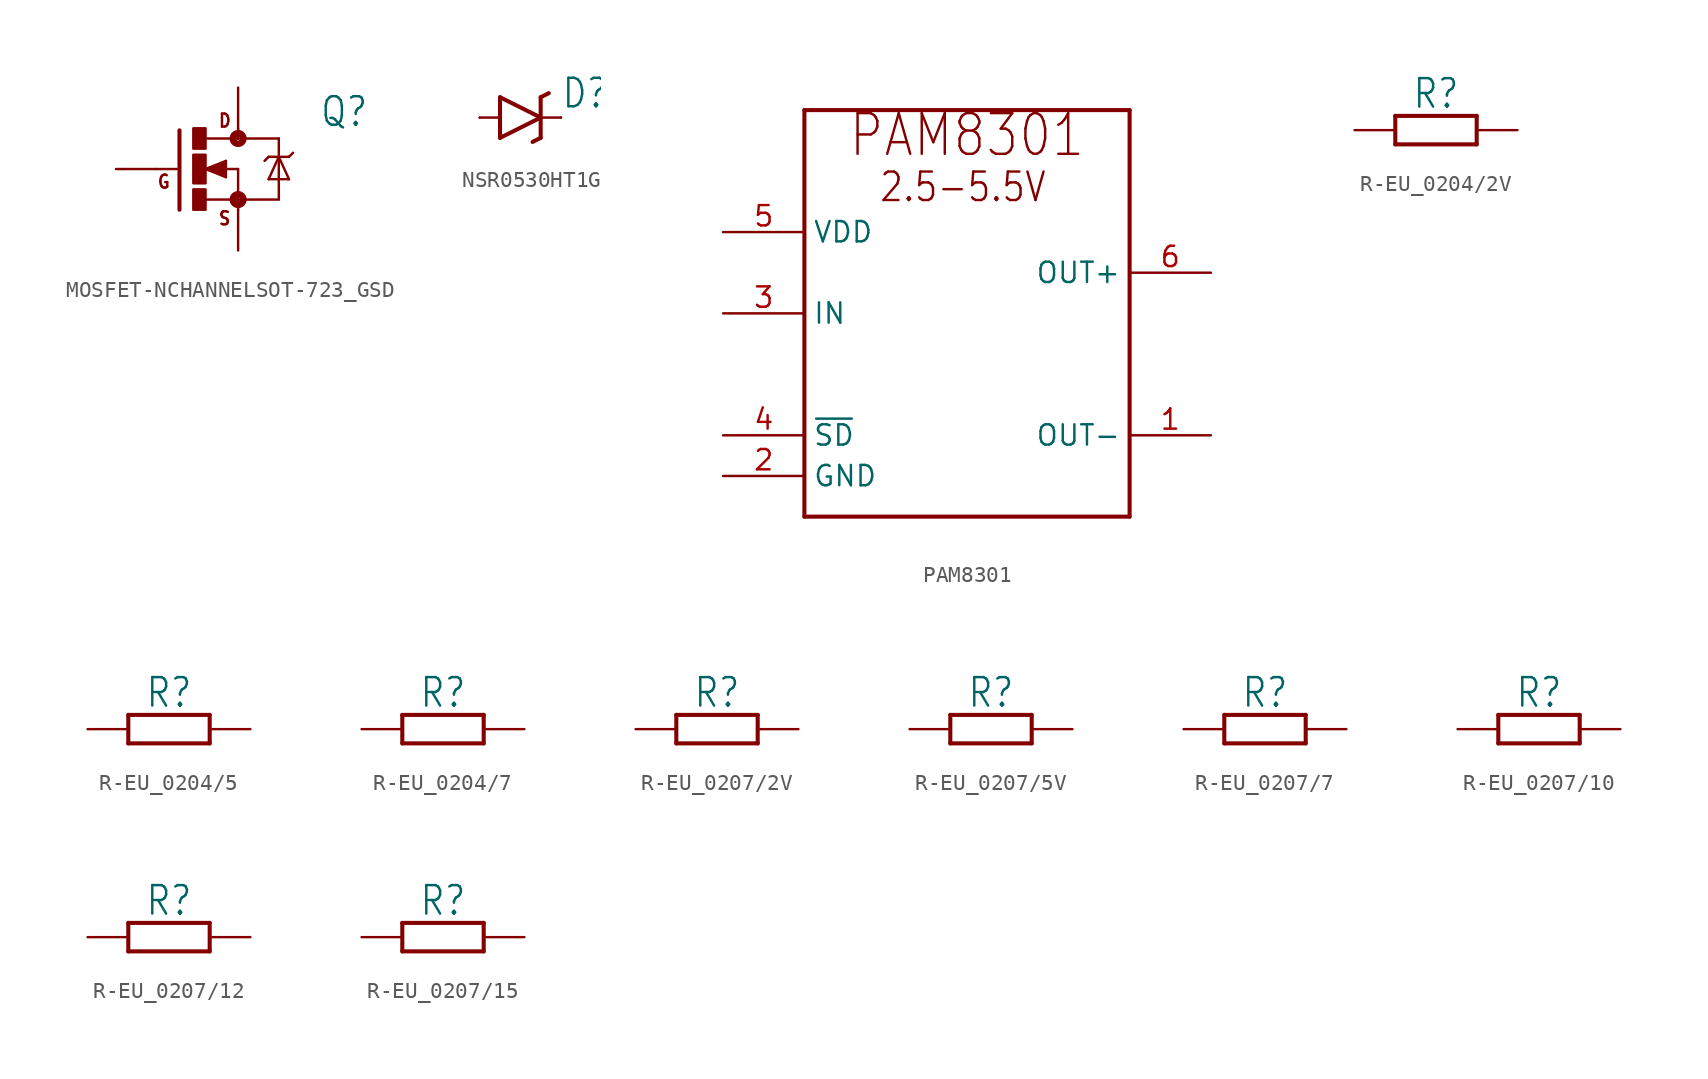
<source format=kicad_sym>
(kicad_symbol_lib
  (version 20220914)
  (generator kicad_symbol_editor)
  (symbol "MOSFET-NCHANNELSOT-723_GSD"
    (property "Reference" "Q"
      (at 5.08 2.54 0)
      (effects (font (size 1.778 1.511)) (justify left bottom)))
    (property "Value" ""
      (at 5.08 0 0)
      (effects (font (size 1.778 1.511)) (justify left bottom)))
    (property "ki_locked" ""
      (at 0 0 0)
      (effects (font (size 1.27 1.27))))
    (symbol "MOSFET-NCHANNELSOT-723_GSD_1_0"
      (rectangle (start -2.794 -2.54) (end -2.032 -1.27) (stroke (width 0) (type default)) (fill (type outline)))
      (rectangle (start -2.794 -0.889) (end -2.032 0.889) (stroke (width 0) (type default)) (fill (type outline)))
      (rectangle (start -2.794 1.27) (end -2.032 2.54) (stroke (width 0) (type default)) (fill (type outline)))
      (circle (center 0 -1.905) (radius 0.127) (stroke (width 0.406) (type solid)) (fill (type none)))
      (polyline (pts (xy -3.81 0) (xy -5.08 0)) (stroke (width 0.152) (type solid)) (fill (type none)))
      (polyline (pts (xy -3.658 2.413) (xy -3.658 -2.54)) (stroke (width 0.254) (type solid)) (fill (type none)))
      (polyline (pts (xy -2.032 -1.905) (xy 0 -1.905)) (stroke (width 0.152) (type solid)) (fill (type none)))
      (polyline (pts (xy -2.032 0) (xy -0.762 -0.508)) (stroke (width 0.152) (type solid)) (fill (type none)))
      (polyline (pts (xy -1.778 0) (xy -0.889 -0.254)) (stroke (width 0.305) (type solid)) (fill (type none)))
      (polyline (pts (xy -0.889 -0.254) (xy -0.889 0)) (stroke (width 0.305) (type solid)) (fill (type none)))
      (polyline (pts (xy -0.889 0) (xy -1.143 0)) (stroke (width 0.305) (type solid)) (fill (type none)))
      (polyline (pts (xy -0.889 0) (xy 0 0)) (stroke (width 0.152) (type solid)) (fill (type none)))
      (polyline (pts (xy -0.889 0.254) (xy -1.778 0)) (stroke (width 0.305) (type solid)) (fill (type none)))
      (polyline (pts (xy -0.762 -0.508) (xy -0.762 0.508)) (stroke (width 0.152) (type solid)) (fill (type none)))
      (polyline (pts (xy -0.762 0.508) (xy -2.032 0)) (stroke (width 0.152) (type solid)) (fill (type none)))
      (polyline (pts (xy 0 -1.905) (xy 0 -2.54)) (stroke (width 0.152) (type solid)) (fill (type none)))
      (polyline (pts (xy 0 0) (xy 0 -1.905)) (stroke (width 0.152) (type solid)) (fill (type none)))
      (polyline (pts (xy 0 1.905) (xy -2.007 1.905)) (stroke (width 0.152) (type solid)) (fill (type none)))
      (polyline (pts (xy 0 1.905) (xy 2.54 1.905)) (stroke (width 0.152) (type solid)) (fill (type none)))
      (polyline (pts (xy 0 2.54) (xy 0 1.905)) (stroke (width 0.152) (type solid)) (fill (type none)))
      (polyline (pts (xy 1.905 -0.635) (xy 3.175 -0.635)) (stroke (width 0.152) (type solid)) (fill (type none)))
      (polyline (pts (xy 1.905 0.762) (xy 1.651 0.508)) (stroke (width 0.152) (type solid)) (fill (type none)))
      (polyline (pts (xy 1.905 0.762) (xy 2.54 0.762)) (stroke (width 0.152) (type solid)) (fill (type none)))
      (polyline (pts (xy 2.54 -1.905) (xy 0 -1.905)) (stroke (width 0.152) (type solid)) (fill (type none)))
      (polyline (pts (xy 2.54 0.762) (xy 1.905 -0.635)) (stroke (width 0.152) (type solid)) (fill (type none)))
      (polyline (pts (xy 2.54 0.762) (xy 2.54 -1.905)) (stroke (width 0.152) (type solid)) (fill (type none)))
      (polyline (pts (xy 2.54 0.762) (xy 3.175 0.762)) (stroke (width 0.152) (type solid)) (fill (type none)))
      (polyline (pts (xy 2.54 1.905) (xy 2.54 0.762)) (stroke (width 0.152) (type solid)) (fill (type none)))
      (polyline (pts (xy 3.175 -0.635) (xy 2.54 0.762)) (stroke (width 0.152) (type solid)) (fill (type none)))
      (polyline (pts (xy 3.175 0.762) (xy 3.429 1.016)) (stroke (width 0.152) (type solid)) (fill (type none)))
      (circle (center 0 1.905) (radius 0.127) (stroke (width 0.406) (type solid)) (fill (type none)))
      (text "D" (at -1.27 2.54 0) (effects (font (size 0.813 0.691)) (justify left bottom)))
      (text "G" (at -5.08 -1.27 0) (effects (font (size 0.813 0.691)) (justify left bottom)))
      (text "S" (at -1.27 -3.556 0) (effects (font (size 0.813 0.691)) (justify left bottom)))
      (pin passive line (at -7.62 0 0) (length 2.54) (name "G" (effects (font (size 0 0)))) (number "1" (effects (font (size 0 0)))))
      (pin passive line (at 0 -5.08 90) (length 2.54) (name "S" (effects (font (size 0 0)))) (number "2" (effects (font (size 0 0)))))
      (pin passive line (at 0 5.08 270) (length 2.54) (name "D" (effects (font (size 0 0)))) (number "3" (effects (font (size 0 0)))))))
  (symbol "NSR0530HT1G"
    (property "Reference" "D"
      (at 2.54 0.483 0)
      (effects (font (size 1.778 1.511)) (justify left bottom)))
    (property "Value" ""
      (at 2.54 -2.311 0)
      (effects (font (size 1.778 1.511)) (justify left bottom)))
    (property "ki_locked" ""
      (at 0 0 0)
      (effects (font (size 1.27 1.27))))
    (symbol "NSR0530HT1G_1_0"
      (polyline (pts (xy -2.54 0) (xy -1.27 0)) (stroke (width 0.152) (type solid)) (fill (type none)))
      (polyline (pts (xy -1.27 -1.27) (xy 1.27 0)) (stroke (width 0.254) (type solid)) (fill (type none)))
      (polyline (pts (xy -1.27 0) (xy -1.27 -1.27)) (stroke (width 0.254) (type solid)) (fill (type none)))
      (polyline (pts (xy -1.27 1.27) (xy -1.27 0)) (stroke (width 0.254) (type solid)) (fill (type none)))
      (polyline (pts (xy 1.27 -1.27) (xy 0.762 -1.524)) (stroke (width 0.254) (type solid)) (fill (type none)))
      (polyline (pts (xy 1.27 0) (xy -1.27 1.27)) (stroke (width 0.254) (type solid)) (fill (type none)))
      (polyline (pts (xy 1.27 0) (xy 1.27 -1.27)) (stroke (width 0.254) (type solid)) (fill (type none)))
      (polyline (pts (xy 1.27 1.27) (xy 1.27 0)) (stroke (width 0.254) (type solid)) (fill (type none)))
      (polyline (pts (xy 1.27 1.27) (xy 1.778 1.524)) (stroke (width 0.254) (type solid)) (fill (type none)))
      (polyline (pts (xy 2.54 0) (xy 1.27 0)) (stroke (width 0.152) (type solid)) (fill (type none)))
      (pin passive line (at -2.54 0 0) (length 0) (name "A" (effects (font (size 0 0)))) (number "A" (effects (font (size 0 0)))))
      (pin passive line (at 2.54 0 180) (length 0) (name "C" (effects (font (size 0 0)))) (number "C" (effects (font (size 0 0)))))))
  (symbol "PAM8301"
    (property "Reference" "U"
      (at 0 0 0)
      (effects (font (size 1.27 1.27)) hide))
    (property "ki_locked" ""
      (at 0 0 0)
      (effects (font (size 1.27 1.27))))
    (symbol "PAM8301_1_0"
      (polyline (pts (xy -10.16 -10.16) (xy 10.16 -10.16)) (stroke (width 0.254) (type solid)) (fill (type none)))
      (polyline (pts (xy -10.16 15.24) (xy -10.16 -10.16)) (stroke (width 0.254) (type solid)) (fill (type none)))
      (polyline (pts (xy 10.16 -10.16) (xy 10.16 15.24)) (stroke (width 0.254) (type solid)) (fill (type none)))
      (polyline (pts (xy 10.16 15.24) (xy -10.16 15.24)) (stroke (width 0.254) (type solid)) (fill (type none)))
      (text "2.5-5.5V" (at -0.254 9.398 0) (effects (font (size 1.778 1.511)) (justify bottom)))
      (text "PAM8301" (at 0 12.192 0) (effects (font (size 2.54 2.159)) (justify bottom)))
      (pin bidirectional line (at 15.24 -5.08 180) (length 5.08) (name "OUT-" (effects (font (size 1.27 1.27)))) (number "1" (effects (font (size 1.27 1.27)))))
      (pin bidirectional line (at -15.24 -7.62 0) (length 5.08) (name "GND" (effects (font (size 1.27 1.27)))) (number "2" (effects (font (size 1.27 1.27)))))
      (pin bidirectional line (at -15.24 2.54 0) (length 5.08) (name "IN" (effects (font (size 1.27 1.27)))) (number "3" (effects (font (size 1.27 1.27)))))
      (pin bidirectional line (at -15.24 -5.08 0) (length 5.08) (name "~{SD}" (effects (font (size 1.27 1.27)))) (number "4" (effects (font (size 1.27 1.27)))))
      (pin bidirectional line (at -15.24 7.62 0) (length 5.08) (name "VDD" (effects (font (size 1.27 1.27)))) (number "5" (effects (font (size 1.27 1.27)))))
      (pin bidirectional line (at 15.24 5.08 180) (length 5.08) (name "OUT+" (effects (font (size 1.27 1.27)))) (number "6" (effects (font (size 1.27 1.27)))))))
  (symbol "R-EU_0204/2V"
    (property "Reference" "R"
      (at 0 1.245 0)
      (effects (font (size 1.778 1.511)) (justify bottom)))
    (property "Value" ""
      (at 0 -1.27 0)
      (effects (font (size 1.778 1.511)) (justify top)))
    (property "ki_locked" ""
      (at 0 0 0)
      (effects (font (size 1.27 1.27))))
    (symbol "R-EU_0204/2V_1_0"
      (polyline (pts (xy -2.54 -0.889) (xy -2.54 0.889)) (stroke (width 0.254) (type solid)) (fill (type none)))
      (polyline (pts (xy -2.54 -0.889) (xy 2.54 -0.889)) (stroke (width 0.254) (type solid)) (fill (type none)))
      (polyline (pts (xy 2.54 -0.889) (xy 2.54 0.889)) (stroke (width 0.254) (type solid)) (fill (type none)))
      (polyline (pts (xy 2.54 0.889) (xy -2.54 0.889)) (stroke (width 0.254) (type solid)) (fill (type none)))
      (pin passive line (at -5.08 0 0) (length 2.54) (name "1" (effects (font (size 0 0)))) (number "1" (effects (font (size 0 0)))))
      (pin passive line (at 5.08 0 180) (length 2.54) (name "2" (effects (font (size 0 0)))) (number "2" (effects (font (size 0 0)))))))
  (symbol "R-EU_0204/5"
    (property "Reference" "R"
      (at 0 1.245 0)
      (effects (font (size 1.778 1.511)) (justify bottom)))
    (property "Value" ""
      (at 0 -1.27 0)
      (effects (font (size 1.778 1.511)) (justify top)))
    (property "ki_locked" ""
      (at 0 0 0)
      (effects (font (size 1.27 1.27))))
    (symbol "R-EU_0204/5_1_0"
      (polyline (pts (xy -2.54 -0.889) (xy -2.54 0.889)) (stroke (width 0.254) (type solid)) (fill (type none)))
      (polyline (pts (xy -2.54 -0.889) (xy 2.54 -0.889)) (stroke (width 0.254) (type solid)) (fill (type none)))
      (polyline (pts (xy 2.54 -0.889) (xy 2.54 0.889)) (stroke (width 0.254) (type solid)) (fill (type none)))
      (polyline (pts (xy 2.54 0.889) (xy -2.54 0.889)) (stroke (width 0.254) (type solid)) (fill (type none)))
      (pin passive line (at -5.08 0 0) (length 2.54) (name "1" (effects (font (size 0 0)))) (number "1" (effects (font (size 0 0)))))
      (pin passive line (at 5.08 0 180) (length 2.54) (name "2" (effects (font (size 0 0)))) (number "2" (effects (font (size 0 0)))))))
  (symbol "R-EU_0204/7"
    (property "Reference" "R"
      (at 0 1.245 0)
      (effects (font (size 1.778 1.511)) (justify bottom)))
    (property "Value" ""
      (at 0 -1.27 0)
      (effects (font (size 1.778 1.511)) (justify top)))
    (property "ki_locked" ""
      (at 0 0 0)
      (effects (font (size 1.27 1.27))))
    (symbol "R-EU_0204/7_1_0"
      (polyline (pts (xy -2.54 -0.889) (xy -2.54 0.889)) (stroke (width 0.254) (type solid)) (fill (type none)))
      (polyline (pts (xy -2.54 -0.889) (xy 2.54 -0.889)) (stroke (width 0.254) (type solid)) (fill (type none)))
      (polyline (pts (xy 2.54 -0.889) (xy 2.54 0.889)) (stroke (width 0.254) (type solid)) (fill (type none)))
      (polyline (pts (xy 2.54 0.889) (xy -2.54 0.889)) (stroke (width 0.254) (type solid)) (fill (type none)))
      (pin passive line (at -5.08 0 0) (length 2.54) (name "1" (effects (font (size 0 0)))) (number "1" (effects (font (size 0 0)))))
      (pin passive line (at 5.08 0 180) (length 2.54) (name "2" (effects (font (size 0 0)))) (number "2" (effects (font (size 0 0)))))))
  (symbol "R-EU_0207/2V"
    (property "Reference" "R"
      (at 0 1.245 0)
      (effects (font (size 1.778 1.511)) (justify bottom)))
    (property "Value" ""
      (at 0 -1.27 0)
      (effects (font (size 1.778 1.511)) (justify top)))
    (property "ki_locked" ""
      (at 0 0 0)
      (effects (font (size 1.27 1.27))))
    (symbol "R-EU_0207/2V_1_0"
      (polyline (pts (xy -2.54 -0.889) (xy -2.54 0.889)) (stroke (width 0.254) (type solid)) (fill (type none)))
      (polyline (pts (xy -2.54 -0.889) (xy 2.54 -0.889)) (stroke (width 0.254) (type solid)) (fill (type none)))
      (polyline (pts (xy 2.54 -0.889) (xy 2.54 0.889)) (stroke (width 0.254) (type solid)) (fill (type none)))
      (polyline (pts (xy 2.54 0.889) (xy -2.54 0.889)) (stroke (width 0.254) (type solid)) (fill (type none)))
      (pin passive line (at -5.08 0 0) (length 2.54) (name "1" (effects (font (size 0 0)))) (number "1" (effects (font (size 0 0)))))
      (pin passive line (at 5.08 0 180) (length 2.54) (name "2" (effects (font (size 0 0)))) (number "2" (effects (font (size 0 0)))))))
  (symbol "R-EU_0207/5V"
    (property "Reference" "R"
      (at 0 1.245 0)
      (effects (font (size 1.778 1.511)) (justify bottom)))
    (property "Value" ""
      (at 0 -1.27 0)
      (effects (font (size 1.778 1.511)) (justify top)))
    (property "ki_locked" ""
      (at 0 0 0)
      (effects (font (size 1.27 1.27))))
    (symbol "R-EU_0207/5V_1_0"
      (polyline (pts (xy -2.54 -0.889) (xy -2.54 0.889)) (stroke (width 0.254) (type solid)) (fill (type none)))
      (polyline (pts (xy -2.54 -0.889) (xy 2.54 -0.889)) (stroke (width 0.254) (type solid)) (fill (type none)))
      (polyline (pts (xy 2.54 -0.889) (xy 2.54 0.889)) (stroke (width 0.254) (type solid)) (fill (type none)))
      (polyline (pts (xy 2.54 0.889) (xy -2.54 0.889)) (stroke (width 0.254) (type solid)) (fill (type none)))
      (pin passive line (at -5.08 0 0) (length 2.54) (name "1" (effects (font (size 0 0)))) (number "1" (effects (font (size 0 0)))))
      (pin passive line (at 5.08 0 180) (length 2.54) (name "2" (effects (font (size 0 0)))) (number "2" (effects (font (size 0 0)))))))
  (symbol "R-EU_0207/7"
    (property "Reference" "R"
      (at 0 1.245 0)
      (effects (font (size 1.778 1.511)) (justify bottom)))
    (property "Value" ""
      (at 0 -1.27 0)
      (effects (font (size 1.778 1.511)) (justify top)))
    (property "ki_locked" ""
      (at 0 0 0)
      (effects (font (size 1.27 1.27))))
    (symbol "R-EU_0207/7_1_0"
      (polyline (pts (xy -2.54 -0.889) (xy -2.54 0.889)) (stroke (width 0.254) (type solid)) (fill (type none)))
      (polyline (pts (xy -2.54 -0.889) (xy 2.54 -0.889)) (stroke (width 0.254) (type solid)) (fill (type none)))
      (polyline (pts (xy 2.54 -0.889) (xy 2.54 0.889)) (stroke (width 0.254) (type solid)) (fill (type none)))
      (polyline (pts (xy 2.54 0.889) (xy -2.54 0.889)) (stroke (width 0.254) (type solid)) (fill (type none)))
      (pin passive line (at -5.08 0 0) (length 2.54) (name "1" (effects (font (size 0 0)))) (number "1" (effects (font (size 0 0)))))
      (pin passive line (at 5.08 0 180) (length 2.54) (name "2" (effects (font (size 0 0)))) (number "2" (effects (font (size 0 0)))))))
  (symbol "R-EU_0207/10"
    (property "Reference" "R"
      (at 0 1.245 0)
      (effects (font (size 1.778 1.511)) (justify bottom)))
    (property "Value" ""
      (at 0 -1.27 0)
      (effects (font (size 1.778 1.511)) (justify top)))
    (property "ki_locked" ""
      (at 0 0 0)
      (effects (font (size 1.27 1.27))))
    (symbol "R-EU_0207/10_1_0"
      (polyline (pts (xy -2.54 -0.889) (xy -2.54 0.889)) (stroke (width 0.254) (type solid)) (fill (type none)))
      (polyline (pts (xy -2.54 -0.889) (xy 2.54 -0.889)) (stroke (width 0.254) (type solid)) (fill (type none)))
      (polyline (pts (xy 2.54 -0.889) (xy 2.54 0.889)) (stroke (width 0.254) (type solid)) (fill (type none)))
      (polyline (pts (xy 2.54 0.889) (xy -2.54 0.889)) (stroke (width 0.254) (type solid)) (fill (type none)))
      (pin passive line (at -5.08 0 0) (length 2.54) (name "1" (effects (font (size 0 0)))) (number "1" (effects (font (size 0 0)))))
      (pin passive line (at 5.08 0 180) (length 2.54) (name "2" (effects (font (size 0 0)))) (number "2" (effects (font (size 0 0)))))))
  (symbol "R-EU_0207/12"
    (property "Reference" "R"
      (at 0 1.245 0)
      (effects (font (size 1.778 1.511)) (justify bottom)))
    (property "Value" ""
      (at 0 -1.27 0)
      (effects (font (size 1.778 1.511)) (justify top)))
    (property "ki_locked" ""
      (at 0 0 0)
      (effects (font (size 1.27 1.27))))
    (symbol "R-EU_0207/12_1_0"
      (polyline (pts (xy -2.54 -0.889) (xy -2.54 0.889)) (stroke (width 0.254) (type solid)) (fill (type none)))
      (polyline (pts (xy -2.54 -0.889) (xy 2.54 -0.889)) (stroke (width 0.254) (type solid)) (fill (type none)))
      (polyline (pts (xy 2.54 -0.889) (xy 2.54 0.889)) (stroke (width 0.254) (type solid)) (fill (type none)))
      (polyline (pts (xy 2.54 0.889) (xy -2.54 0.889)) (stroke (width 0.254) (type solid)) (fill (type none)))
      (pin passive line (at -5.08 0 0) (length 2.54) (name "1" (effects (font (size 0 0)))) (number "1" (effects (font (size 0 0)))))
      (pin passive line (at 5.08 0 180) (length 2.54) (name "2" (effects (font (size 0 0)))) (number "2" (effects (font (size 0 0)))))))
  (symbol "R-EU_0207/15"
    (property "Reference" "R"
      (at 0 1.245 0)
      (effects (font (size 1.778 1.511)) (justify bottom)))
    (property "Value" ""
      (at 0 -1.27 0)
      (effects (font (size 1.778 1.511)) (justify top)))
    (property "ki_locked" ""
      (at 0 0 0)
      (effects (font (size 1.27 1.27))))
    (symbol "R-EU_0207/15_1_0"
      (polyline (pts (xy -2.54 -0.889) (xy -2.54 0.889)) (stroke (width 0.254) (type solid)) (fill (type none)))
      (polyline (pts (xy -2.54 -0.889) (xy 2.54 -0.889)) (stroke (width 0.254) (type solid)) (fill (type none)))
      (polyline (pts (xy 2.54 -0.889) (xy 2.54 0.889)) (stroke (width 0.254) (type solid)) (fill (type none)))
      (polyline (pts (xy 2.54 0.889) (xy -2.54 0.889)) (stroke (width 0.254) (type solid)) (fill (type none)))
      (pin passive line (at -5.08 0 0) (length 2.54) (name "1" (effects (font (size 0 0)))) (number "1" (effects (font (size 0 0)))))
      (pin passive line (at 5.08 0 180) (length 2.54) (name "2" (effects (font (size 0 0)))) (number "2" (effects (font (size 0 0))))))))
</source>
